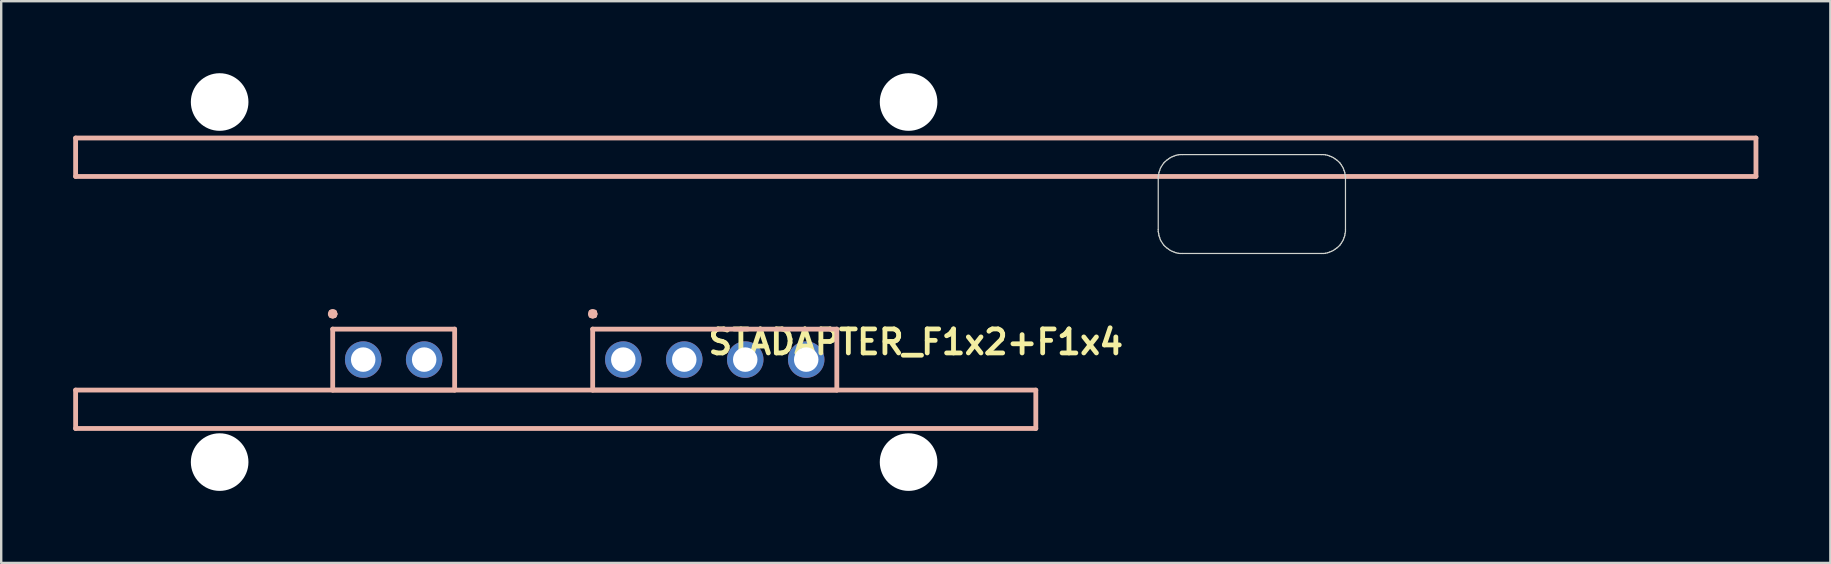
<source format=kicad_pcb>
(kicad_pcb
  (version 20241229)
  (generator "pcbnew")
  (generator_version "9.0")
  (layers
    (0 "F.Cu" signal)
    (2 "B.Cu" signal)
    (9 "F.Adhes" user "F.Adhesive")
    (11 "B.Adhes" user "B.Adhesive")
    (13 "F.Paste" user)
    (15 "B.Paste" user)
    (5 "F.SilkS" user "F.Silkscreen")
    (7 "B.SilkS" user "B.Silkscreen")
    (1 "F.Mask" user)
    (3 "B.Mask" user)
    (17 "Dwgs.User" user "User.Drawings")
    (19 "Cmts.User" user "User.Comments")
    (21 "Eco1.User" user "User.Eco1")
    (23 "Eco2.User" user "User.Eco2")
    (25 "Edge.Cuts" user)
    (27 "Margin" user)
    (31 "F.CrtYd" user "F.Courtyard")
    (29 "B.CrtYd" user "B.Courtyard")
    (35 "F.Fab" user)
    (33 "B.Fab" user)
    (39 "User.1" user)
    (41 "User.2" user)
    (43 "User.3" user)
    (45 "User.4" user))
  (footprint "STADAPTER_F1x2+F1x4"
    (layer "F.Cu")
    (at 35.1 13.2)
    (property "Reference" "STADAPTER_F1x2+F1x4" (at 0 -2 0) (layer "F.SilkS") (effects (font (size 1 1) (thickness 0.2))))
    (attr through_hole)
    (fp_line (start -35 -10.5) (end -35 -8.9) (stroke (width 0.2) (type solid)) (layer "B.SilkS"))
    (fp_line (start -35 -8.9) (end 35 -8.9) (stroke (width 0.2) (type solid)) (layer "B.SilkS"))
    (fp_line (start -35 0) (end -35 1.6) (stroke (width 0.2) (type solid)) (layer "B.SilkS"))
    (fp_line (start -35 1.6) (end 5 1.6) (stroke (width 0.2) (type solid)) (layer "B.SilkS"))
    (fp_line (start -24.39 -3.17) (end -24.36 -3.1) (stroke (width 0.2) (type solid)) (layer "B.SilkS"))
    (fp_line (start -24.36 -3.25) (end -24.39 -3.17) (stroke (width 0.2) (type solid)) (layer "B.SilkS"))
    (fp_line (start -24.36 -3.1) (end -24.29 -3.08) (stroke (width 0.2) (type solid)) (layer "B.SilkS"))
    (fp_line (start -24.29 -3.27) (end -24.36 -3.25) (stroke (width 0.2) (type solid)) (layer "B.SilkS"))
    (fp_line (start -24.29 -3.08) (end -24.22 -3.1) (stroke (width 0.2) (type solid)) (layer "B.SilkS"))
    (fp_line (start -24.29 -2.54) (end -24.29 0) (stroke (width 0.2) (type solid)) (layer "B.SilkS"))
    (fp_line (start -24.29 0) (end -19.21 0) (stroke (width 0.2) (type solid)) (layer "B.SilkS"))
    (fp_line (start -24.22 -3.25) (end -24.29 -3.27) (stroke (width 0.2) (type solid)) (layer "B.SilkS"))
    (fp_line (start -24.22 -3.1) (end -24.19 -3.17) (stroke (width 0.2) (type solid)) (layer "B.SilkS"))
    (fp_line (start -24.19 -3.17) (end -24.22 -3.25) (stroke (width 0.2) (type solid)) (layer "B.SilkS"))
    (fp_line (start -19.21 -2.54) (end -24.29 -2.54) (stroke (width 0.2) (type solid)) (layer "B.SilkS"))
    (fp_line (start -19.21 0) (end -19.21 -2.54) (stroke (width 0.2) (type solid)) (layer "B.SilkS"))
    (fp_line (start -13.55 -3.17) (end -13.53 -3.1) (stroke (width 0.2) (type solid)) (layer "B.SilkS"))
    (fp_line (start -13.53 -3.25) (end -13.55 -3.17) (stroke (width 0.2) (type solid)) (layer "B.SilkS"))
    (fp_line (start -13.53 -3.1) (end -13.46 -3.08) (stroke (width 0.2) (type solid)) (layer "B.SilkS"))
    (fp_line (start -13.46 -3.27) (end -13.53 -3.25) (stroke (width 0.2) (type solid)) (layer "B.SilkS"))
    (fp_line (start -13.46 -3.08) (end -13.38 -3.1) (stroke (width 0.2) (type solid)) (layer "B.SilkS"))
    (fp_line (start -13.46 -2.54) (end -13.46 0) (stroke (width 0.2) (type solid)) (layer "B.SilkS"))
    (fp_line (start -13.46 0) (end -3.29 0) (stroke (width 0.2) (type solid)) (layer "B.SilkS"))
    (fp_line (start -13.38 -3.25) (end -13.46 -3.27) (stroke (width 0.2) (type solid)) (layer "B.SilkS"))
    (fp_line (start -13.38 -3.1) (end -13.36 -3.17) (stroke (width 0.2) (type solid)) (layer "B.SilkS"))
    (fp_line (start -13.36 -3.17) (end -13.38 -3.25) (stroke (width 0.2) (type solid)) (layer "B.SilkS"))
    (fp_line (start -3.29 -2.54) (end -13.46 -2.54) (stroke (width 0.2) (type solid)) (layer "B.SilkS"))
    (fp_line (start -3.29 0) (end -3.29 -2.54) (stroke (width 0.2) (type solid)) (layer "B.SilkS"))
    (fp_line (start 5 0) (end -35 0) (stroke (width 0.2) (type solid)) (layer "B.SilkS"))
    (fp_line (start 5 1.6) (end 5 0) (stroke (width 0.2) (type solid)) (layer "B.SilkS"))
    (fp_line (start 35 -10.5) (end -35 -10.5) (stroke (width 0.2) (type solid)) (layer "B.SilkS"))
    (fp_line (start 35 -8.9) (end 35 -10.5) (stroke (width 0.2) (type solid)) (layer "B.SilkS"))
    (fp_line (start 10.1 -8.9) (end 10.1 -8.81) (stroke (width 0.05) (type solid)) (layer "Edge.Cuts"))
    (fp_line (start 10.1 -8.81) (end 10.1 -6.69) (stroke (width 0.05) (type solid)) (layer "Edge.Cuts"))
    (fp_line (start 10.1 -6.69) (end 10.1 -6.6) (stroke (width 0.05) (type solid)) (layer "Edge.Cuts"))
    (fp_line (start 10.1 -6.6) (end 10.12 -6.51) (stroke (width 0.05) (type solid)) (layer "Edge.Cuts"))
    (fp_line (start 10.12 -8.99) (end 10.1 -8.9) (stroke (width 0.05) (type solid)) (layer "Edge.Cuts"))
    (fp_line (start 10.12 -6.51) (end 10.13 -6.43) (stroke (width 0.05) (type solid)) (layer "Edge.Cuts"))
    (fp_line (start 10.13 -9.07) (end 10.12 -8.99) (stroke (width 0.05) (type solid)) (layer "Edge.Cuts"))
    (fp_line (start 10.13 -6.43) (end 10.16 -6.35) (stroke (width 0.05) (type solid)) (layer "Edge.Cuts"))
    (fp_line (start 10.16 -9.15) (end 10.13 -9.07) (stroke (width 0.05) (type solid)) (layer "Edge.Cuts"))
    (fp_line (start 10.16 -6.35) (end 10.19 -6.26) (stroke (width 0.05) (type solid)) (layer "Edge.Cuts"))
    (fp_line (start 10.19 -9.24) (end 10.16 -9.15) (stroke (width 0.05) (type solid)) (layer "Edge.Cuts"))
    (fp_line (start 10.19 -6.26) (end 10.23 -6.19) (stroke (width 0.05) (type solid)) (layer "Edge.Cuts"))
    (fp_line (start 10.23 -9.31) (end 10.19 -9.24) (stroke (width 0.05) (type solid)) (layer "Edge.Cuts"))
    (fp_line (start 10.23 -6.19) (end 10.28 -6.11) (stroke (width 0.05) (type solid)) (layer "Edge.Cuts"))
    (fp_line (start 10.28 -9.39) (end 10.23 -9.31) (stroke (width 0.05) (type solid)) (layer "Edge.Cuts"))
    (fp_line (start 10.28 -6.11) (end 10.33 -6.04) (stroke (width 0.05) (type solid)) (layer "Edge.Cuts"))
    (fp_line (start 10.33 -9.46) (end 10.28 -9.39) (stroke (width 0.05) (type solid)) (layer "Edge.Cuts"))
    (fp_line (start 10.33 -6.04) (end 10.39 -5.98) (stroke (width 0.05) (type solid)) (layer "Edge.Cuts"))
    (fp_line (start 10.39 -9.52) (end 10.33 -9.46) (stroke (width 0.05) (type solid)) (layer "Edge.Cuts"))
    (fp_line (start 10.39 -5.98) (end 10.46 -5.92) (stroke (width 0.05) (type solid)) (layer "Edge.Cuts"))
    (fp_line (start 10.46 -9.58) (end 10.39 -9.52) (stroke (width 0.05) (type solid)) (layer "Edge.Cuts"))
    (fp_line (start 10.46 -5.92) (end 10.53 -5.87) (stroke (width 0.05) (type solid)) (layer "Edge.Cuts"))
    (fp_line (start 10.53 -9.63) (end 10.46 -9.58) (stroke (width 0.05) (type solid)) (layer "Edge.Cuts"))
    (fp_line (start 10.53 -5.87) (end 10.6 -5.82) (stroke (width 0.05) (type solid)) (layer "Edge.Cuts"))
    (fp_line (start 10.6 -9.68) (end 10.53 -9.63) (stroke (width 0.05) (type solid)) (layer "Edge.Cuts"))
    (fp_line (start 10.6 -5.82) (end 10.68 -5.78) (stroke (width 0.05) (type solid)) (layer "Edge.Cuts"))
    (fp_line (start 10.68 -9.72) (end 10.6 -9.68) (stroke (width 0.05) (type solid)) (layer "Edge.Cuts"))
    (fp_line (start 10.68 -5.78) (end 10.76 -5.75) (stroke (width 0.05) (type solid)) (layer "Edge.Cuts"))
    (fp_line (start 10.76 -9.75) (end 10.68 -9.72) (stroke (width 0.05) (type solid)) (layer "Edge.Cuts"))
    (fp_line (start 10.76 -5.75) (end 10.84 -5.72) (stroke (width 0.05) (type solid)) (layer "Edge.Cuts"))
    (fp_line (start 10.84 -9.78) (end 10.76 -9.75) (stroke (width 0.05) (type solid)) (layer "Edge.Cuts"))
    (fp_line (start 10.84 -5.72) (end 10.93 -5.7) (stroke (width 0.05) (type solid)) (layer "Edge.Cuts"))
    (fp_line (start 10.93 -9.8) (end 10.84 -9.78) (stroke (width 0.05) (type solid)) (layer "Edge.Cuts"))
    (fp_line (start 10.93 -5.7) (end 11.01 -5.69) (stroke (width 0.05) (type solid)) (layer "Edge.Cuts"))
    (fp_line (start 11.01 -9.81) (end 10.93 -9.8) (stroke (width 0.05) (type solid)) (layer "Edge.Cuts"))
    (fp_line (start 11.01 -5.69) (end 11.1 -5.69) (stroke (width 0.05) (type solid)) (layer "Edge.Cuts"))
    (fp_line (start 11.1 -9.81) (end 11.01 -9.81) (stroke (width 0.05) (type solid)) (layer "Edge.Cuts"))
    (fp_line (start 11.1 -5.69) (end 16.9 -5.69) (stroke (width 0.05) (type solid)) (layer "Edge.Cuts"))
    (fp_line (start 16.9 -9.81) (end 11.1 -9.81) (stroke (width 0.05) (type solid)) (layer "Edge.Cuts"))
    (fp_line (start 16.9 -5.69) (end 16.99 -5.69) (stroke (width 0.05) (type solid)) (layer "Edge.Cuts"))
    (fp_line (start 16.99 -9.81) (end 16.9 -9.81) (stroke (width 0.05) (type solid)) (layer "Edge.Cuts"))
    (fp_line (start 16.99 -5.69) (end 17.07 -5.7) (stroke (width 0.05) (type solid)) (layer "Edge.Cuts"))
    (fp_line (start 17.07 -9.8) (end 16.99 -9.81) (stroke (width 0.05) (type solid)) (layer "Edge.Cuts"))
    (fp_line (start 17.07 -5.7) (end 17.16 -5.72) (stroke (width 0.05) (type solid)) (layer "Edge.Cuts"))
    (fp_line (start 17.16 -9.78) (end 17.07 -9.8) (stroke (width 0.05) (type solid)) (layer "Edge.Cuts"))
    (fp_line (start 17.16 -5.72) (end 17.24 -5.75) (stroke (width 0.05) (type solid)) (layer "Edge.Cuts"))
    (fp_line (start 17.24 -9.75) (end 17.16 -9.78) (stroke (width 0.05) (type solid)) (layer "Edge.Cuts"))
    (fp_line (start 17.24 -5.75) (end 17.32 -5.78) (stroke (width 0.05) (type solid)) (layer "Edge.Cuts"))
    (fp_line (start 17.32 -9.72) (end 17.24 -9.75) (stroke (width 0.05) (type solid)) (layer "Edge.Cuts"))
    (fp_line (start 17.32 -5.78) (end 17.4 -5.82) (stroke (width 0.05) (type solid)) (layer "Edge.Cuts"))
    (fp_line (start 17.4 -9.68) (end 17.32 -9.72) (stroke (width 0.05) (type solid)) (layer "Edge.Cuts"))
    (fp_line (start 17.4 -5.82) (end 17.47 -5.87) (stroke (width 0.05) (type solid)) (layer "Edge.Cuts"))
    (fp_line (start 17.47 -9.63) (end 17.4 -9.68) (stroke (width 0.05) (type solid)) (layer "Edge.Cuts"))
    (fp_line (start 17.47 -5.87) (end 17.54 -5.92) (stroke (width 0.05) (type solid)) (layer "Edge.Cuts"))
    (fp_line (start 17.54 -9.58) (end 17.47 -9.63) (stroke (width 0.05) (type solid)) (layer "Edge.Cuts"))
    (fp_line (start 17.54 -5.92) (end 17.61 -5.98) (stroke (width 0.05) (type solid)) (layer "Edge.Cuts"))
    (fp_line (start 17.61 -9.52) (end 17.54 -9.58) (stroke (width 0.05) (type solid)) (layer "Edge.Cuts"))
    (fp_line (start 17.61 -5.98) (end 17.67 -6.04) (stroke (width 0.05) (type solid)) (layer "Edge.Cuts"))
    (fp_line (start 17.67 -9.46) (end 17.61 -9.52) (stroke (width 0.05) (type solid)) (layer "Edge.Cuts"))
    (fp_line (start 17.67 -6.04) (end 17.72 -6.11) (stroke (width 0.05) (type solid)) (layer "Edge.Cuts"))
    (fp_line (start 17.72 -9.39) (end 17.67 -9.46) (stroke (width 0.05) (type solid)) (layer "Edge.Cuts"))
    (fp_line (start 17.72 -6.11) (end 17.77 -6.19) (stroke (width 0.05) (type solid)) (layer "Edge.Cuts"))
    (fp_line (start 17.77 -9.31) (end 17.72 -9.39) (stroke (width 0.05) (type solid)) (layer "Edge.Cuts"))
    (fp_line (start 17.77 -6.19) (end 17.81 -6.26) (stroke (width 0.05) (type solid)) (layer "Edge.Cuts"))
    (fp_line (start 17.81 -9.24) (end 17.77 -9.31) (stroke (width 0.05) (type solid)) (layer "Edge.Cuts"))
    (fp_line (start 17.81 -6.26) (end 17.84 -6.35) (stroke (width 0.05) (type solid)) (layer "Edge.Cuts"))
    (fp_line (start 17.84 -9.15) (end 17.81 -9.24) (stroke (width 0.05) (type solid)) (layer "Edge.Cuts"))
    (fp_line (start 17.84 -6.35) (end 17.87 -6.43) (stroke (width 0.05) (type solid)) (layer "Edge.Cuts"))
    (fp_line (start 17.87 -9.07) (end 17.84 -9.15) (stroke (width 0.05) (type solid)) (layer "Edge.Cuts"))
    (fp_line (start 17.87 -6.43) (end 17.88 -6.51) (stroke (width 0.05) (type solid)) (layer "Edge.Cuts"))
    (fp_line (start 17.88 -8.99) (end 17.87 -9.07) (stroke (width 0.05) (type solid)) (layer "Edge.Cuts"))
    (fp_line (start 17.88 -6.51) (end 17.9 -6.6) (stroke (width 0.05) (type solid)) (layer "Edge.Cuts"))
    (fp_line (start 17.9 -8.9) (end 17.88 -8.99) (stroke (width 0.05) (type solid)) (layer "Edge.Cuts"))
    (fp_line (start 17.9 -8.81) (end 17.9 -8.9) (stroke (width 0.05) (type solid)) (layer "Edge.Cuts"))
    (fp_line (start 17.9 -6.69) (end 17.9 -8.81) (stroke (width 0.05) (type solid)) (layer "Edge.Cuts"))
    (fp_line (start 17.9 -6.6) (end 17.9 -6.69) (stroke (width 0.05) (type solid)) (layer "Edge.Cuts"))
    (pad "" np_thru_hole circle (at -29 -12) (size 2.4 2.4) (drill 2.4) (layers "*.Cu" "*.Mask"))
    (pad "" np_thru_hole circle (at -29 3) (size 2.4 2.4) (drill 2.4) (layers "*.Cu" "*.Mask"))
    (pad "" np_thru_hole circle (at -0.3 -12) (size 2.4 2.4) (drill 2.4) (layers "*.Cu" "*.Mask"))
    (pad "" np_thru_hole circle (at -0.3 3) (size 2.4 2.4) (drill 2.4) (layers "*.Cu" "*.Mask"))
    (pad "1" thru_hole circle (at -23.02 -1.27) (size 1.52 1.52) (drill 1.02) (layers "*.Cu" "*.Mask"))
    (pad "2" thru_hole circle (at -20.48 -1.27) (size 1.52 1.52) (drill 1.02) (layers "*.Cu" "*.Mask"))
    (pad "3" thru_hole circle (at -12.185 -1.27) (size 1.52 1.52) (drill 1.02) (layers "*.Cu" "*.Mask"))
    (pad "4" thru_hole circle (at -9.645 -1.27) (size 1.52 1.52) (drill 1.02) (layers "*.Cu" "*.Mask"))
    (pad "5" thru_hole circle (at -7.105 -1.27) (size 1.52 1.52) (drill 1.02) (layers "*.Cu" "*.Mask"))
    (pad "6" thru_hole circle (at -4.565 -1.27) (size 1.52 1.52) (drill 1.02) (layers "*.Cu" "*.Mask")))
  (gr_rect
    (start -3 -3)
    (end 73.2 20.4)
    (stroke (width 0.1) (type default))
    (fill no)
    (layer "Edge.Cuts")))
</source>
